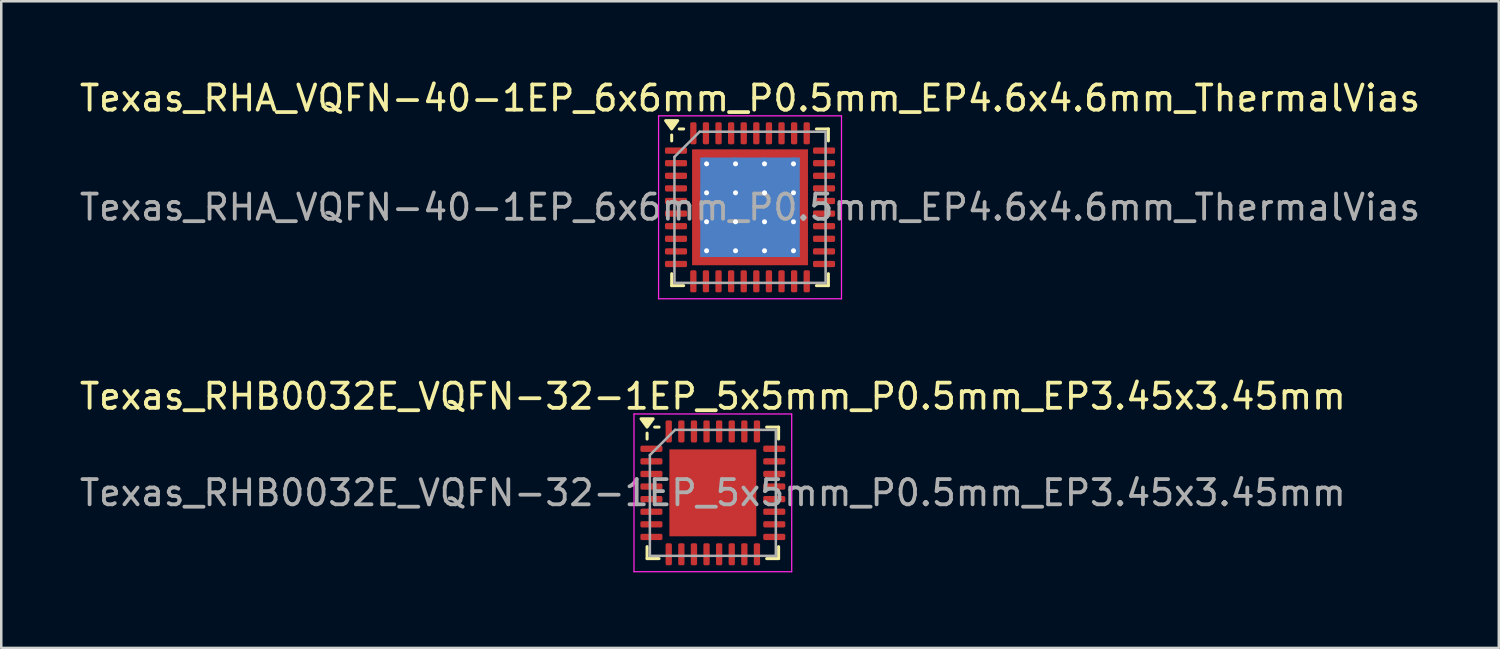
<source format=kicad_pcb>
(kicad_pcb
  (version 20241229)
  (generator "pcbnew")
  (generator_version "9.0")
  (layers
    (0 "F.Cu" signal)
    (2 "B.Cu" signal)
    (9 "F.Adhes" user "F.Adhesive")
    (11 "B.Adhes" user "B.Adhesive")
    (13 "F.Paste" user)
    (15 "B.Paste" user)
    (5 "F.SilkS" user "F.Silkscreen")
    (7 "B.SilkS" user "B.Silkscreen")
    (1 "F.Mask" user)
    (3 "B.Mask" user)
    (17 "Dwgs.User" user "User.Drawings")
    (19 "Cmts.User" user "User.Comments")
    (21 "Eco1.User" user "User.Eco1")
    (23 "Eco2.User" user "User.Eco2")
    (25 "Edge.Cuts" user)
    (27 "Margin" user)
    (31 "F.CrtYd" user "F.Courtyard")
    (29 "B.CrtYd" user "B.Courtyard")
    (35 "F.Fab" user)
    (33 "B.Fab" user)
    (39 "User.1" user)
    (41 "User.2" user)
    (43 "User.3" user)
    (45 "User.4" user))
  (footprint "Texas_RHA_VQFN-40-1EP_6x6mm_P0.5mm_EP4.6x4.6mm_ThermalVias"
    (layer "F.Cu")
    (at 26.72 5.178)
    (property "Reference" "Texas_RHA_VQFN-40-1EP_6x6mm_P0.5mm_EP4.6x4.6mm_ThermalVias" (at 0 -4.33 0) (layer "F.SilkS") (effects (font (size 1 1) (thickness 0.15))))
    (attr smd)
    (fp_line (start -3.11 -2.635) (end -3.11 -2.87) (stroke (width 0.12) (type solid)) (layer "F.SilkS"))
    (fp_line (start -3.11 3.11) (end -3.11 2.635) (stroke (width 0.12) (type solid)) (layer "F.SilkS"))
    (fp_line (start -2.635 -3.11) (end -2.81 -3.11) (stroke (width 0.12) (type solid)) (layer "F.SilkS"))
    (fp_line (start -2.635 3.11) (end -3.11 3.11) (stroke (width 0.12) (type solid)) (layer "F.SilkS"))
    (fp_line (start 2.635 -3.11) (end 3.11 -3.11) (stroke (width 0.12) (type solid)) (layer "F.SilkS"))
    (fp_line (start 2.635 3.11) (end 3.11 3.11) (stroke (width 0.12) (type solid)) (layer "F.SilkS"))
    (fp_line (start 3.11 -3.11) (end 3.11 -2.635) (stroke (width 0.12) (type solid)) (layer "F.SilkS"))
    (fp_line (start 3.11 3.11) (end 3.11 2.635) (stroke (width 0.12) (type solid)) (layer "F.SilkS"))
    (fp_poly (pts (xy -3.11 -3.11) (xy -3.35 -3.44) (xy -2.87 -3.44) (xy -3.11 -3.11)) (stroke (width 0.12) (type solid)) (fill yes) (layer "F.SilkS"))
    (fp_line (start -3.63 -3.63) (end -3.63 3.63) (stroke (width 0.05) (type solid)) (layer "F.CrtYd"))
    (fp_line (start -3.63 3.63) (end 3.63 3.63) (stroke (width 0.05) (type solid)) (layer "F.CrtYd"))
    (fp_line (start 3.63 -3.63) (end -3.63 -3.63) (stroke (width 0.05) (type solid)) (layer "F.CrtYd"))
    (fp_line (start 3.63 3.63) (end 3.63 -3.63) (stroke (width 0.05) (type solid)) (layer "F.CrtYd"))
    (fp_line (start -3 -2) (end -2 -3) (stroke (width 0.1) (type solid)) (layer "F.Fab"))
    (fp_line (start -3 3) (end -3 -2) (stroke (width 0.1) (type solid)) (layer "F.Fab"))
    (fp_line (start -2 -3) (end 3 -3) (stroke (width 0.1) (type solid)) (layer "F.Fab"))
    (fp_line (start 3 -3) (end 3 3) (stroke (width 0.1) (type solid)) (layer "F.Fab"))
    (fp_line (start 3 3) (end -3 3) (stroke (width 0.1) (type solid)) (layer "F.Fab"))
    (fp_text user "${REFERENCE}" (at 0 0 0) (layer "F.Fab") (effects (font (size 1 1) (thickness 0.15))))
    (pad "" smd custom (at -2.013 -2.013) (size 0.342 0.342) (layers "F.Paste") (options (anchor circle)) (primitives (gr_poly (pts (xy -0.116 -0.116) (xy 0.116 -0.116) (xy 0.116 0.012) (xy 0.012 0.116) (xy -0.116 0.116)) (width 0.232) (fill yes))))
    (pad "" smd custom (at -2.013 -1.15) (size 0.382 0.382) (layers "F.Paste") (options (anchor circle)) (primitives (gr_poly (pts (xy -0.15 -0.382) (xy 0.082 -0.382) (xy 0.15 -0.314) (xy 0.15 0.314) (xy 0.082 0.382) (xy -0.15 0.382)) (width 0.164) (fill yes))))
    (pad "" smd custom (at -2.013 0) (size 0.382 0.382) (layers "F.Paste") (options (anchor circle)) (primitives (gr_poly (pts (xy -0.15 -0.382) (xy 0.082 -0.382) (xy 0.15 -0.314) (xy 0.15 0.314) (xy 0.082 0.382) (xy -0.15 0.382)) (width 0.164) (fill yes))))
    (pad "" smd custom (at -2.013 1.15) (size 0.382 0.382) (layers "F.Paste") (options (anchor circle)) (primitives (gr_poly (pts (xy -0.15 -0.382) (xy 0.082 -0.382) (xy 0.15 -0.314) (xy 0.15 0.314) (xy 0.082 0.382) (xy -0.15 0.382)) (width 0.164) (fill yes))))
    (pad "" smd custom (at -2.013 2.013) (size 0.342 0.342) (layers "F.Paste") (options (anchor circle)) (primitives (gr_poly (pts (xy -0.116 -0.116) (xy 0.012 -0.116) (xy 0.116 -0.012) (xy 0.116 0.116) (xy -0.116 0.116)) (width 0.232) (fill yes))))
    (pad "" smd custom (at -1.15 -2.013) (size 0.382 0.382) (layers "F.Paste") (options (anchor circle)) (primitives (gr_poly (pts (xy -0.382 -0.15) (xy 0.382 -0.15) (xy 0.382 0.082) (xy 0.314 0.15) (xy -0.314 0.15) (xy -0.382 0.082)) (width 0.164) (fill yes))))
    (pad "" smd roundrect (at -1.15 -1.15) (size 0.927 0.927) (layers "F.Paste") (roundrect_rratio 0.25))
    (pad "" smd roundrect (at -1.15 0) (size 0.927 0.927) (layers "F.Paste") (roundrect_rratio 0.25))
    (pad "" smd roundrect (at -1.15 1.15) (size 0.927 0.927) (layers "F.Paste") (roundrect_rratio 0.25))
    (pad "" smd custom (at -1.15 2.013) (size 0.382 0.382) (layers "F.Paste") (options (anchor circle)) (primitives (gr_poly (pts (xy -0.382 -0.082) (xy -0.314 -0.15) (xy 0.314 -0.15) (xy 0.382 -0.082) (xy 0.382 0.15) (xy -0.382 0.15)) (width 0.164) (fill yes))))
    (pad "" smd custom (at 0 -2.013) (size 0.382 0.382) (layers "F.Paste") (options (anchor circle)) (primitives (gr_poly (pts (xy -0.382 -0.15) (xy 0.382 -0.15) (xy 0.382 0.082) (xy 0.314 0.15) (xy -0.314 0.15) (xy -0.382 0.082)) (width 0.164) (fill yes))))
    (pad "" smd roundrect (at 0 -1.15) (size 0.927 0.927) (layers "F.Paste") (roundrect_rratio 0.25))
    (pad "" smd roundrect (at 0 0) (size 0.927 0.927) (layers "F.Paste") (roundrect_rratio 0.25))
    (pad "" smd roundrect (at 0 1.15) (size 0.927 0.927) (layers "F.Paste") (roundrect_rratio 0.25))
    (pad "" smd custom (at 0 2.013) (size 0.382 0.382) (layers "F.Paste") (options (anchor circle)) (primitives (gr_poly (pts (xy -0.382 -0.082) (xy -0.314 -0.15) (xy 0.314 -0.15) (xy 0.382 -0.082) (xy 0.382 0.15) (xy -0.382 0.15)) (width 0.164) (fill yes))))
    (pad "" smd custom (at 1.15 -2.013) (size 0.382 0.382) (layers "F.Paste") (options (anchor circle)) (primitives (gr_poly (pts (xy -0.382 -0.15) (xy 0.382 -0.15) (xy 0.382 0.082) (xy 0.314 0.15) (xy -0.314 0.15) (xy -0.382 0.082)) (width 0.164) (fill yes))))
    (pad "" smd roundrect (at 1.15 -1.15) (size 0.927 0.927) (layers "F.Paste") (roundrect_rratio 0.25))
    (pad "" smd roundrect (at 1.15 0) (size 0.927 0.927) (layers "F.Paste") (roundrect_rratio 0.25))
    (pad "" smd roundrect (at 1.15 1.15) (size 0.927 0.927) (layers "F.Paste") (roundrect_rratio 0.25))
    (pad "" smd custom (at 1.15 2.013) (size 0.382 0.382) (layers "F.Paste") (options (anchor circle)) (primitives (gr_poly (pts (xy -0.382 -0.082) (xy -0.314 -0.15) (xy 0.314 -0.15) (xy 0.382 -0.082) (xy 0.382 0.15) (xy -0.382 0.15)) (width 0.164) (fill yes))))
    (pad "" smd custom (at 2.013 -2.013) (size 0.342 0.342) (layers "F.Paste") (options (anchor circle)) (primitives (gr_poly (pts (xy -0.116 -0.116) (xy 0.116 -0.116) (xy 0.116 0.116) (xy -0.012 0.116) (xy -0.116 0.012)) (width 0.232) (fill yes))))
    (pad "" smd custom (at 2.013 -1.15) (size 0.382 0.382) (layers "F.Paste") (options (anchor circle)) (primitives (gr_poly (pts (xy -0.15 -0.314) (xy -0.082 -0.382) (xy 0.15 -0.382) (xy 0.15 0.382) (xy -0.082 0.382) (xy -0.15 0.314)) (width 0.164) (fill yes))))
    (pad "" smd custom (at 2.013 0) (size 0.382 0.382) (layers "F.Paste") (options (anchor circle)) (primitives (gr_poly (pts (xy -0.15 -0.314) (xy -0.082 -0.382) (xy 0.15 -0.382) (xy 0.15 0.382) (xy -0.082 0.382) (xy -0.15 0.314)) (width 0.164) (fill yes))))
    (pad "" smd custom (at 2.013 1.15) (size 0.382 0.382) (layers "F.Paste") (options (anchor circle)) (primitives (gr_poly (pts (xy -0.15 -0.314) (xy -0.082 -0.382) (xy 0.15 -0.382) (xy 0.15 0.382) (xy -0.082 0.382) (xy -0.15 0.314)) (width 0.164) (fill yes))))
    (pad "" smd custom (at 2.013 2.013) (size 0.342 0.342) (layers "F.Paste") (options (anchor circle)) (primitives (gr_poly (pts (xy -0.116 -0.012) (xy -0.012 -0.116) (xy 0.116 -0.116) (xy 0.116 0.116) (xy -0.116 0.116)) (width 0.232) (fill yes))))
    (pad "1" smd roundrect (at -2.938 -2.25) (size 0.875 0.25) (layers "F.Cu" "F.Mask" "F.Paste") (roundrect_rratio 0.25))
    (pad "2" smd roundrect (at -2.938 -1.75) (size 0.875 0.25) (layers "F.Cu" "F.Mask" "F.Paste") (roundrect_rratio 0.25))
    (pad "3" smd roundrect (at -2.938 -1.25) (size 0.875 0.25) (layers "F.Cu" "F.Mask" "F.Paste") (roundrect_rratio 0.25))
    (pad "4" smd roundrect (at -2.938 -0.75) (size 0.875 0.25) (layers "F.Cu" "F.Mask" "F.Paste") (roundrect_rratio 0.25))
    (pad "5" smd roundrect (at -2.938 -0.25) (size 0.875 0.25) (layers "F.Cu" "F.Mask" "F.Paste") (roundrect_rratio 0.25))
    (pad "6" smd roundrect (at -2.938 0.25) (size 0.875 0.25) (layers "F.Cu" "F.Mask" "F.Paste") (roundrect_rratio 0.25))
    (pad "7" smd roundrect (at -2.938 0.75) (size 0.875 0.25) (layers "F.Cu" "F.Mask" "F.Paste") (roundrect_rratio 0.25))
    (pad "8" smd roundrect (at -2.938 1.25) (size 0.875 0.25) (layers "F.Cu" "F.Mask" "F.Paste") (roundrect_rratio 0.25))
    (pad "9" smd roundrect (at -2.938 1.75) (size 0.875 0.25) (layers "F.Cu" "F.Mask" "F.Paste") (roundrect_rratio 0.25))
    (pad "10" smd roundrect (at -2.938 2.25) (size 0.875 0.25) (layers "F.Cu" "F.Mask" "F.Paste") (roundrect_rratio 0.25))
    (pad "11" smd roundrect (at -2.25 2.938) (size 0.25 0.875) (layers "F.Cu" "F.Mask" "F.Paste") (roundrect_rratio 0.25))
    (pad "12" smd roundrect (at -1.75 2.938) (size 0.25 0.875) (layers "F.Cu" "F.Mask" "F.Paste") (roundrect_rratio 0.25))
    (pad "13" smd roundrect (at -1.25 2.938) (size 0.25 0.875) (layers "F.Cu" "F.Mask" "F.Paste") (roundrect_rratio 0.25))
    (pad "14" smd roundrect (at -0.75 2.938) (size 0.25 0.875) (layers "F.Cu" "F.Mask" "F.Paste") (roundrect_rratio 0.25))
    (pad "15" smd roundrect (at -0.25 2.938) (size 0.25 0.875) (layers "F.Cu" "F.Mask" "F.Paste") (roundrect_rratio 0.25))
    (pad "16" smd roundrect (at 0.25 2.938) (size 0.25 0.875) (layers "F.Cu" "F.Mask" "F.Paste") (roundrect_rratio 0.25))
    (pad "17" smd roundrect (at 0.75 2.938) (size 0.25 0.875) (layers "F.Cu" "F.Mask" "F.Paste") (roundrect_rratio 0.25))
    (pad "18" smd roundrect (at 1.25 2.938) (size 0.25 0.875) (layers "F.Cu" "F.Mask" "F.Paste") (roundrect_rratio 0.25))
    (pad "19" smd roundrect (at 1.75 2.938) (size 0.25 0.875) (layers "F.Cu" "F.Mask" "F.Paste") (roundrect_rratio 0.25))
    (pad "20" smd roundrect (at 2.25 2.938) (size 0.25 0.875) (layers "F.Cu" "F.Mask" "F.Paste") (roundrect_rratio 0.25))
    (pad "21" smd roundrect (at 2.938 2.25) (size 0.875 0.25) (layers "F.Cu" "F.Mask" "F.Paste") (roundrect_rratio 0.25))
    (pad "22" smd roundrect (at 2.938 1.75) (size 0.875 0.25) (layers "F.Cu" "F.Mask" "F.Paste") (roundrect_rratio 0.25))
    (pad "23" smd roundrect (at 2.938 1.25) (size 0.875 0.25) (layers "F.Cu" "F.Mask" "F.Paste") (roundrect_rratio 0.25))
    (pad "24" smd roundrect (at 2.938 0.75) (size 0.875 0.25) (layers "F.Cu" "F.Mask" "F.Paste") (roundrect_rratio 0.25))
    (pad "25" smd roundrect (at 2.938 0.25) (size 0.875 0.25) (layers "F.Cu" "F.Mask" "F.Paste") (roundrect_rratio 0.25))
    (pad "26" smd roundrect (at 2.938 -0.25) (size 0.875 0.25) (layers "F.Cu" "F.Mask" "F.Paste") (roundrect_rratio 0.25))
    (pad "27" smd roundrect (at 2.938 -0.75) (size 0.875 0.25) (layers "F.Cu" "F.Mask" "F.Paste") (roundrect_rratio 0.25))
    (pad "28" smd roundrect (at 2.938 -1.25) (size 0.875 0.25) (layers "F.Cu" "F.Mask" "F.Paste") (roundrect_rratio 0.25))
    (pad "29" smd roundrect (at 2.938 -1.75) (size 0.875 0.25) (layers "F.Cu" "F.Mask" "F.Paste") (roundrect_rratio 0.25))
    (pad "30" smd roundrect (at 2.938 -2.25) (size 0.875 0.25) (layers "F.Cu" "F.Mask" "F.Paste") (roundrect_rratio 0.25))
    (pad "31" smd roundrect (at 2.25 -2.938) (size 0.25 0.875) (layers "F.Cu" "F.Mask" "F.Paste") (roundrect_rratio 0.25))
    (pad "32" smd roundrect (at 1.75 -2.938) (size 0.25 0.875) (layers "F.Cu" "F.Mask" "F.Paste") (roundrect_rratio 0.25))
    (pad "33" smd roundrect (at 1.25 -2.938) (size 0.25 0.875) (layers "F.Cu" "F.Mask" "F.Paste") (roundrect_rratio 0.25))
    (pad "34" smd roundrect (at 0.75 -2.938) (size 0.25 0.875) (layers "F.Cu" "F.Mask" "F.Paste") (roundrect_rratio 0.25))
    (pad "35" smd roundrect (at 0.25 -2.938) (size 0.25 0.875) (layers "F.Cu" "F.Mask" "F.Paste") (roundrect_rratio 0.25))
    (pad "36" smd roundrect (at -0.25 -2.938) (size 0.25 0.875) (layers "F.Cu" "F.Mask" "F.Paste") (roundrect_rratio 0.25))
    (pad "37" smd roundrect (at -0.75 -2.938) (size 0.25 0.875) (layers "F.Cu" "F.Mask" "F.Paste") (roundrect_rratio 0.25))
    (pad "38" smd roundrect (at -1.25 -2.938) (size 0.25 0.875) (layers "F.Cu" "F.Mask" "F.Paste") (roundrect_rratio 0.25))
    (pad "39" smd roundrect (at -1.75 -2.938) (size 0.25 0.875) (layers "F.Cu" "F.Mask" "F.Paste") (roundrect_rratio 0.25))
    (pad "40" smd roundrect (at -2.25 -2.938) (size 0.25 0.875) (layers "F.Cu" "F.Mask" "F.Paste") (roundrect_rratio 0.25))
    (pad "41" thru_hole circle (at -1.725 -1.725) (size 0.5 0.5) (drill 0.2) (property pad_prop_heatsink) (layers "*.Cu"))
    (pad "41" thru_hole circle (at -1.725 -0.575) (size 0.5 0.5) (drill 0.2) (property pad_prop_heatsink) (layers "*.Cu"))
    (pad "41" thru_hole circle (at -1.725 0.575) (size 0.5 0.5) (drill 0.2) (property pad_prop_heatsink) (layers "*.Cu"))
    (pad "41" thru_hole circle (at -1.725 1.725) (size 0.5 0.5) (drill 0.2) (property pad_prop_heatsink) (layers "*.Cu"))
    (pad "41" thru_hole circle (at -0.575 -1.725) (size 0.5 0.5) (drill 0.2) (property pad_prop_heatsink) (layers "*.Cu"))
    (pad "41" thru_hole circle (at -0.575 -0.575) (size 0.5 0.5) (drill 0.2) (property pad_prop_heatsink) (layers "*.Cu"))
    (pad "41" thru_hole circle (at -0.575 0.575) (size 0.5 0.5) (drill 0.2) (property pad_prop_heatsink) (layers "*.Cu"))
    (pad "41" thru_hole circle (at -0.575 1.725) (size 0.5 0.5) (drill 0.2) (property pad_prop_heatsink) (layers "*.Cu"))
    (pad "41" smd rect (at 0 0) (size 3.95 3.95) (property pad_prop_heatsink) (layers "B.Cu"))
    (pad "41" smd rect (at 0 0) (size 4.6 4.6) (property pad_prop_heatsink) (layers "F.Cu" "F.Mask"))
    (pad "41" thru_hole circle (at 0.575 -1.725) (size 0.5 0.5) (drill 0.2) (property pad_prop_heatsink) (layers "*.Cu"))
    (pad "41" thru_hole circle (at 0.575 -0.575) (size 0.5 0.5) (drill 0.2) (property pad_prop_heatsink) (layers "*.Cu"))
    (pad "41" thru_hole circle (at 0.575 0.575) (size 0.5 0.5) (drill 0.2) (property pad_prop_heatsink) (layers "*.Cu"))
    (pad "41" thru_hole circle (at 0.575 1.725) (size 0.5 0.5) (drill 0.2) (property pad_prop_heatsink) (layers "*.Cu"))
    (pad "41" thru_hole circle (at 1.725 -1.725) (size 0.5 0.5) (drill 0.2) (property pad_prop_heatsink) (layers "*.Cu"))
    (pad "41" thru_hole circle (at 1.725 -0.575) (size 0.5 0.5) (drill 0.2) (property pad_prop_heatsink) (layers "*.Cu"))
    (pad "41" thru_hole circle (at 1.725 0.575) (size 0.5 0.5) (drill 0.2) (property pad_prop_heatsink) (layers "*.Cu"))
    (pad "41" thru_hole circle (at 1.725 1.725) (size 0.5 0.5) (drill 0.2) (property pad_prop_heatsink) (layers "*.Cu")))
  (footprint "Texas_RHB0032E_VQFN-32-1EP_5x5mm_P0.5mm_EP3.45x3.45mm"
    (layer "F.Cu")
    (at 25.244 16.512)
    (property "Reference" "Texas_RHB0032E_VQFN-32-1EP_5x5mm_P0.5mm_EP3.45x3.45mm" (at 0 -3.83 0) (layer "F.SilkS") (effects (font (size 1 1) (thickness 0.15))))
    (attr smd)
    (fp_line (start -2.61 -2.135) (end -2.61 -2.37) (stroke (width 0.12) (type solid)) (layer "F.SilkS"))
    (fp_line (start -2.61 2.61) (end -2.61 2.135) (stroke (width 0.12) (type solid)) (layer "F.SilkS"))
    (fp_line (start -2.135 -2.61) (end -2.31 -2.61) (stroke (width 0.12) (type solid)) (layer "F.SilkS"))
    (fp_line (start -2.135 2.61) (end -2.61 2.61) (stroke (width 0.12) (type solid)) (layer "F.SilkS"))
    (fp_line (start 2.135 -2.61) (end 2.61 -2.61) (stroke (width 0.12) (type solid)) (layer "F.SilkS"))
    (fp_line (start 2.135 2.61) (end 2.61 2.61) (stroke (width 0.12) (type solid)) (layer "F.SilkS"))
    (fp_line (start 2.61 -2.61) (end 2.61 -2.135) (stroke (width 0.12) (type solid)) (layer "F.SilkS"))
    (fp_line (start 2.61 2.61) (end 2.61 2.135) (stroke (width 0.12) (type solid)) (layer "F.SilkS"))
    (fp_poly (pts (xy -2.61 -2.61) (xy -2.85 -2.94) (xy -2.37 -2.94) (xy -2.61 -2.61)) (stroke (width 0.12) (type solid)) (fill yes) (layer "F.SilkS"))
    (fp_line (start -3.13 -3.13) (end -3.13 3.13) (stroke (width 0.05) (type solid)) (layer "F.CrtYd"))
    (fp_line (start -3.13 3.13) (end 3.13 3.13) (stroke (width 0.05) (type solid)) (layer "F.CrtYd"))
    (fp_line (start 3.13 -3.13) (end -3.13 -3.13) (stroke (width 0.05) (type solid)) (layer "F.CrtYd"))
    (fp_line (start 3.13 3.13) (end 3.13 -3.13) (stroke (width 0.05) (type solid)) (layer "F.CrtYd"))
    (fp_line (start -2.5 -1.5) (end -1.5 -2.5) (stroke (width 0.1) (type solid)) (layer "F.Fab"))
    (fp_line (start -2.5 2.5) (end -2.5 -1.5) (stroke (width 0.1) (type solid)) (layer "F.Fab"))
    (fp_line (start -1.5 -2.5) (end 2.5 -2.5) (stroke (width 0.1) (type solid)) (layer "F.Fab"))
    (fp_line (start 2.5 -2.5) (end 2.5 2.5) (stroke (width 0.1) (type solid)) (layer "F.Fab"))
    (fp_line (start 2.5 2.5) (end -2.5 2.5) (stroke (width 0.1) (type solid)) (layer "F.Fab"))
    (fp_text user "${REFERENCE}" (at 0 0 0) (layer "F.Fab") (effects (font (size 1 1) (thickness 0.15))))
    (pad "" smd roundrect (at -1.15 -1.15) (size 0.93 0.93) (layers "F.Paste") (roundrect_rratio 0.25))
    (pad "" smd roundrect (at -1.15 0) (size 0.93 0.93) (layers "F.Paste") (roundrect_rratio 0.25))
    (pad "" smd roundrect (at -1.15 1.15) (size 0.93 0.93) (layers "F.Paste") (roundrect_rratio 0.25))
    (pad "" smd roundrect (at 0 -1.15) (size 0.93 0.93) (layers "F.Paste") (roundrect_rratio 0.25))
    (pad "" smd roundrect (at 0 0) (size 0.93 0.93) (layers "F.Paste") (roundrect_rratio 0.25))
    (pad "" smd roundrect (at 0 1.15) (size 0.93 0.93) (layers "F.Paste") (roundrect_rratio 0.25))
    (pad "" smd roundrect (at 1.15 -1.15) (size 0.93 0.93) (layers "F.Paste") (roundrect_rratio 0.25))
    (pad "" smd roundrect (at 1.15 0) (size 0.93 0.93) (layers "F.Paste") (roundrect_rratio 0.25))
    (pad "" smd roundrect (at 1.15 1.15) (size 0.93 0.93) (layers "F.Paste") (roundrect_rratio 0.25))
    (pad "1" smd roundrect (at -2.438 -1.75) (size 0.875 0.25) (layers "F.Cu" "F.Mask" "F.Paste") (roundrect_rratio 0.25))
    (pad "2" smd roundrect (at -2.438 -1.25) (size 0.875 0.25) (layers "F.Cu" "F.Mask" "F.Paste") (roundrect_rratio 0.25))
    (pad "3" smd roundrect (at -2.438 -0.75) (size 0.875 0.25) (layers "F.Cu" "F.Mask" "F.Paste") (roundrect_rratio 0.25))
    (pad "4" smd roundrect (at -2.438 -0.25) (size 0.875 0.25) (layers "F.Cu" "F.Mask" "F.Paste") (roundrect_rratio 0.25))
    (pad "5" smd roundrect (at -2.438 0.25) (size 0.875 0.25) (layers "F.Cu" "F.Mask" "F.Paste") (roundrect_rratio 0.25))
    (pad "6" smd roundrect (at -2.438 0.75) (size 0.875 0.25) (layers "F.Cu" "F.Mask" "F.Paste") (roundrect_rratio 0.25))
    (pad "7" smd roundrect (at -2.438 1.25) (size 0.875 0.25) (layers "F.Cu" "F.Mask" "F.Paste") (roundrect_rratio 0.25))
    (pad "8" smd roundrect (at -2.438 1.75) (size 0.875 0.25) (layers "F.Cu" "F.Mask" "F.Paste") (roundrect_rratio 0.25))
    (pad "9" smd roundrect (at -1.75 2.438) (size 0.25 0.875) (layers "F.Cu" "F.Mask" "F.Paste") (roundrect_rratio 0.25))
    (pad "10" smd roundrect (at -1.25 2.438) (size 0.25 0.875) (layers "F.Cu" "F.Mask" "F.Paste") (roundrect_rratio 0.25))
    (pad "11" smd roundrect (at -0.75 2.438) (size 0.25 0.875) (layers "F.Cu" "F.Mask" "F.Paste") (roundrect_rratio 0.25))
    (pad "12" smd roundrect (at -0.25 2.438) (size 0.25 0.875) (layers "F.Cu" "F.Mask" "F.Paste") (roundrect_rratio 0.25))
    (pad "13" smd roundrect (at 0.25 2.438) (size 0.25 0.875) (layers "F.Cu" "F.Mask" "F.Paste") (roundrect_rratio 0.25))
    (pad "14" smd roundrect (at 0.75 2.438) (size 0.25 0.875) (layers "F.Cu" "F.Mask" "F.Paste") (roundrect_rratio 0.25))
    (pad "15" smd roundrect (at 1.25 2.438) (size 0.25 0.875) (layers "F.Cu" "F.Mask" "F.Paste") (roundrect_rratio 0.25))
    (pad "16" smd roundrect (at 1.75 2.438) (size 0.25 0.875) (layers "F.Cu" "F.Mask" "F.Paste") (roundrect_rratio 0.25))
    (pad "17" smd roundrect (at 2.438 1.75) (size 0.875 0.25) (layers "F.Cu" "F.Mask" "F.Paste") (roundrect_rratio 0.25))
    (pad "18" smd roundrect (at 2.438 1.25) (size 0.875 0.25) (layers "F.Cu" "F.Mask" "F.Paste") (roundrect_rratio 0.25))
    (pad "19" smd roundrect (at 2.438 0.75) (size 0.875 0.25) (layers "F.Cu" "F.Mask" "F.Paste") (roundrect_rratio 0.25))
    (pad "20" smd roundrect (at 2.438 0.25) (size 0.875 0.25) (layers "F.Cu" "F.Mask" "F.Paste") (roundrect_rratio 0.25))
    (pad "21" smd roundrect (at 2.438 -0.25) (size 0.875 0.25) (layers "F.Cu" "F.Mask" "F.Paste") (roundrect_rratio 0.25))
    (pad "22" smd roundrect (at 2.438 -0.75) (size 0.875 0.25) (layers "F.Cu" "F.Mask" "F.Paste") (roundrect_rratio 0.25))
    (pad "23" smd roundrect (at 2.438 -1.25) (size 0.875 0.25) (layers "F.Cu" "F.Mask" "F.Paste") (roundrect_rratio 0.25))
    (pad "24" smd roundrect (at 2.438 -1.75) (size 0.875 0.25) (layers "F.Cu" "F.Mask" "F.Paste") (roundrect_rratio 0.25))
    (pad "25" smd roundrect (at 1.75 -2.438) (size 0.25 0.875) (layers "F.Cu" "F.Mask" "F.Paste") (roundrect_rratio 0.25))
    (pad "26" smd roundrect (at 1.25 -2.438) (size 0.25 0.875) (layers "F.Cu" "F.Mask" "F.Paste") (roundrect_rratio 0.25))
    (pad "27" smd roundrect (at 0.75 -2.438) (size 0.25 0.875) (layers "F.Cu" "F.Mask" "F.Paste") (roundrect_rratio 0.25))
    (pad "28" smd roundrect (at 0.25 -2.438) (size 0.25 0.875) (layers "F.Cu" "F.Mask" "F.Paste") (roundrect_rratio 0.25))
    (pad "29" smd roundrect (at -0.25 -2.438) (size 0.25 0.875) (layers "F.Cu" "F.Mask" "F.Paste") (roundrect_rratio 0.25))
    (pad "30" smd roundrect (at -0.75 -2.438) (size 0.25 0.875) (layers "F.Cu" "F.Mask" "F.Paste") (roundrect_rratio 0.25))
    (pad "31" smd roundrect (at -1.25 -2.438) (size 0.25 0.875) (layers "F.Cu" "F.Mask" "F.Paste") (roundrect_rratio 0.25))
    (pad "32" smd roundrect (at -1.75 -2.438) (size 0.25 0.875) (layers "F.Cu" "F.Mask" "F.Paste") (roundrect_rratio 0.25))
    (pad "33" smd rect (at 0 0) (size 3.45 3.45) (property pad_prop_heatsink) (layers "F.Cu" "F.Mask")))
  (gr_rect
    (start -3 -3)
    (end 56.44 22.666)
    (stroke (width 0.1) (type default))
    (fill no)
    (layer "Edge.Cuts")))
</source>
